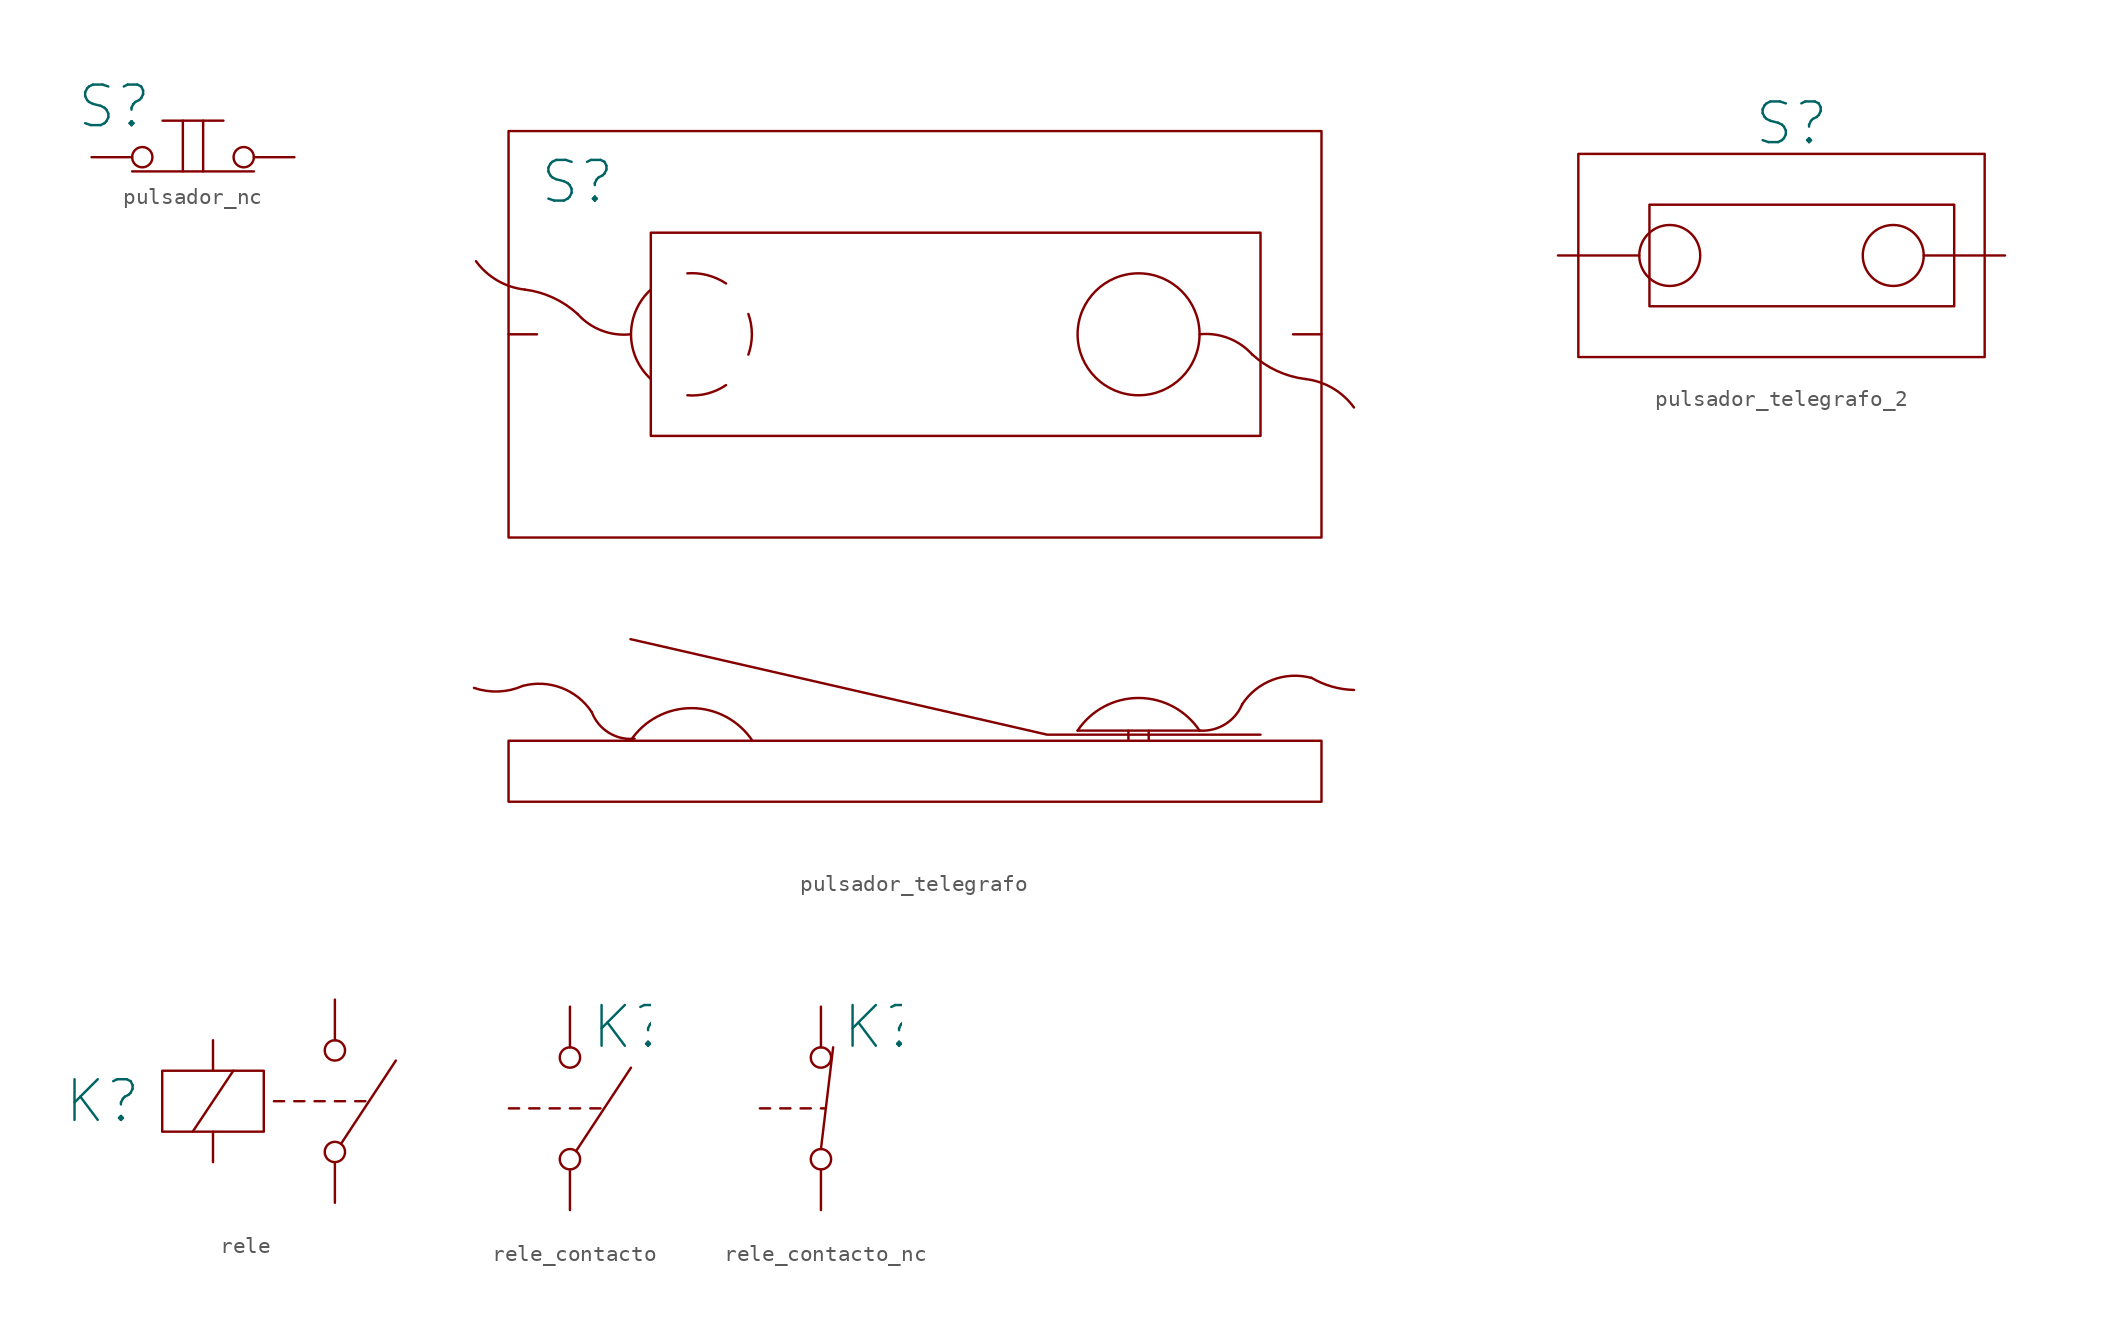
<source format=kicad_sym>
(kicad_symbol_lib
  (version 20231120)
  (generator "kicad_symbol_editor")
  (generator_version "8.0")
  (symbol "pulsador_nc"
    (pin_names
      (offset 1.016))
    (property "Reference" "S"
      (at 3.81 3.175 0)
      (effects (font (size 2.54 2.54)) (justify right)))
    (symbol "pulsador_nc_0_0"
      (polyline (pts (xy 2.54 -0.889) (xy 10.16 -0.889)) (stroke (width 0) (type default)) (fill (type none)))
      (polyline (pts (xy 4.445 2.286) (xy 8.255 2.286)) (stroke (width 0) (type default)) (fill (type none)))
      (polyline (pts (xy 5.715 -0.889) (xy 5.715 2.286)) (stroke (width 0) (type default)) (fill (type none)))
      (polyline (pts (xy 6.985 -0.889) (xy 6.985 2.286)) (stroke (width 0) (type default)) (fill (type none)))
      (circle (center 3.175 0) (radius 0.635) (stroke (width 0) (type default)) (fill (type none)))
      (circle (center 9.525 0) (radius 0.635) (stroke (width 0) (type default)) (fill (type none))))
    (symbol "pulsador_nc_1_1"
      (pin input line (at 0 0 0) (length 2.54) (name "" (effects (font (size 1.27 1.27)))) (number "" (effects (font (size 1.143 1.143)))))
      (pin input line (at 12.7 0 180) (length 2.54) (name "" (effects (font (size 1.27 1.27)))) (number "" (effects (font (size 1.143 1.143)))))))
  (symbol "pulsador_telegrafo"
    (pin_names
      (offset 1.016))
    (property "Reference" "S"
      (at 1.905 9.525 0)
      (effects (font (size 2.54 2.54)) (justify left)))
    (symbol "pulsador_telegrafo_0_1"
      (arc (start -2.159 -22.098) (mid -0.6222 -22.3214) (end 0.889 -21.971) (stroke (width 0) (type default)) (fill (type none)))
      (arc (start -2.032 4.572) (mid -0.6938 3.3613) (end 1.016 2.794) (stroke (width 0) (type default)) (fill (type none)))
      (rectangle (start 0 -25.4) (end 50.8 -29.21) (stroke (width 0) (type default)) (fill (type none)))
      (rectangle (start 0 -12.7) (end 50.8 12.7) (stroke (width 0) (type default)) (fill (type none)))
      (polyline (pts (xy 35.56 -24.765) (xy 43.18 -24.765)) (stroke (width 0) (type default)) (fill (type none)))
      (polyline (pts (xy 38.735 -24.765) (xy 38.735 -25.4)) (stroke (width 0) (type default)) (fill (type none)))
      (polyline (pts (xy 40.005 -24.765) (xy 40.005 -25.4)) (stroke (width 0) (type default)) (fill (type none)))
      (polyline (pts (xy 46.99 -25.019) (xy 33.655 -25.019) (xy 7.62 -19.05)) (stroke (width 0) (type default)) (fill (type none)))
      (arc (start 4.318 1.27) (mid 2.7858 2.2873) (end 1.016 2.794) (stroke (width 0) (type default)) (fill (type none)))
      (arc (start 4.318 1.27) (mid 5.8179 0.2354) (end 7.62 0) (stroke (width 0) (type default)) (fill (type none)))
      (arc (start 5.207 -23.622) (mid 3.3153 -22.0965) (end 0.889 -21.971) (stroke (width 0) (type default)) (fill (type none)))
      (arc (start 5.207 -23.622) (mid 6.2653 -24.8988) (end 7.874 -25.273) (stroke (width 0) (type default)) (fill (type none)))
      (arc (start 8.89 2.794) (mid 7.654 0) (end 8.89 -2.794) (stroke (width 0) (type default)) (fill (type none)))
      (rectangle (start 8.89 6.35) (end 46.99 -6.35) (stroke (width 0) (type default)) (fill (type none)))
      (arc (start 11.176 -3.81) (mid 12.4376 -3.6997) (end 13.589 -3.175) (stroke (width 0) (type default)) (fill (type none)))
      (arc (start 13.589 3.175) (mid 12.4359 3.6931) (end 11.176 3.81) (stroke (width 0) (type default)) (fill (type none)))
      (arc (start 14.986 -1.27) (mid 15.206 0) (end 14.986 1.27) (stroke (width 0) (type default)) (fill (type none)))
      (arc (start 15.24 -25.4) (mid 11.43 -23.3609) (end 7.62 -25.4) (stroke (width 0) (type default)) (fill (type none)))
      (circle (center 39.37 0) (radius 3.81) (stroke (width 0) (type default)) (fill (type none)))
      (arc (start 43.18 -24.765) (mid 39.37 -22.7259) (end 35.56 -24.765) (stroke (width 0) (type default)) (fill (type none)))
      (arc (start 43.18 -24.765) (mid 44.777 -24.3721) (end 45.847 -23.114) (stroke (width 0) (type default)) (fill (type none)))
      (arc (start 46.482 -1.27) (mid 44.9821 -0.2354) (end 43.18 0) (stroke (width 0) (type default)) (fill (type none)))
      (arc (start 46.482 -1.27) (mid 48.0142 -2.2873) (end 49.784 -2.794) (stroke (width 0) (type default)) (fill (type none)))
      (arc (start 50.165 -21.463) (mid 47.7394 -21.5904) (end 45.847 -23.114) (stroke (width 0) (type default)) (fill (type none)))
      (arc (start 50.165 -21.463) (mid 51.4494 -22.0148) (end 52.832 -22.225) (stroke (width 0) (type default)) (fill (type none)))
      (arc (start 52.832 -4.572) (mid 51.4938 -3.3613) (end 49.784 -2.794) (stroke (width 0) (type default)) (fill (type none))))
    (symbol "pulsador_telegrafo_1_1"
      (pin input line (at 0 0 0) (length 1.778) (name "" (effects (font (size 1.27 1.27)))) (number "" (effects (font (size 1.143 1.143)))))
      (pin input line (at 50.8 0 180) (length 1.778) (name "" (effects (font (size 1.27 1.27)))) (number "" (effects (font (size 1.143 1.143)))))))
  (symbol "pulsador_telegrafo_2"
    (pin_names
      (offset 1.016))
    (property "Reference" "S"
      (at 14.605 8.255 0)
      (effects (font (size 2.54 2.54))))
    (symbol "pulsador_telegrafo_2_0_1"
      (rectangle (start 1.27 6.35) (end 26.67 -6.35) (stroke (width 0) (type default)) (fill (type none)))
      (rectangle (start 5.715 3.175) (end 24.765 -3.175) (stroke (width 0) (type default)) (fill (type none)))
      (circle (center 6.985 0) (radius 1.905) (stroke (width 0) (type default)) (fill (type none)))
      (circle (center 20.955 0) (radius 1.905) (stroke (width 0) (type default)) (fill (type none))))
    (symbol "pulsador_telegrafo_2_1_1"
      (pin input line (at 0 0 0) (length 5.08) (name "" (effects (font (size 1.27 1.27)))) (number "" (effects (font (size 1.143 1.143)))))
      (pin input line (at 27.94 0 180) (length 5.08) (name "" (effects (font (size 1.27 1.27)))) (number "" (effects (font (size 1.143 1.143)))))))
  (symbol "rele"
    (pin_names
      (offset 1.016))
    (property "Reference" "K"
      (at -4.445 -3.81 0)
      (effects (font (size 2.54 2.54)) (justify right)))
    (symbol "rele_0_0"
      (rectangle (start -3.175 -1.905) (end 3.175 -5.715) (stroke (width 0) (type default)) (fill (type none)))
      (polyline (pts (xy 1.27 -1.905) (xy -1.27 -5.715)) (stroke (width 0) (type default)) (fill (type none)))
      (polyline (pts (xy 3.81 -3.81) (xy 4.445 -3.81)) (stroke (width 0) (type default)) (fill (type none)))
      (polyline (pts (xy 5.08 -3.81) (xy 5.715 -3.81)) (stroke (width 0) (type default)) (fill (type none)))
      (polyline (pts (xy 6.35 -3.81) (xy 6.985 -3.81)) (stroke (width 0) (type default)) (fill (type none)))
      (polyline (pts (xy 7.62 -3.81) (xy 8.255 -3.81)) (stroke (width 0) (type default)) (fill (type none)))
      (polyline (pts (xy 8.89 -3.81) (xy 9.525 -3.81)) (stroke (width 0) (type default)) (fill (type none))))
    (symbol "rele_1_0"
      (polyline (pts (xy 11.43 -1.27) (xy 8.001 -6.477)) (stroke (width 0) (type default)) (fill (type none)))
      (circle (center 7.62 -6.985) (radius 0.635) (stroke (width 0) (type default)) (fill (type none)))
      (circle (center 7.62 -0.635) (radius 0.635) (stroke (width 0) (type default)) (fill (type none))))
    (symbol "rele_1_1"
      (pin input line (at 0 -7.62 90) (length 1.905) (name "" (effects (font (size 1.27 1.27)))) (number "" (effects (font (size 1.143 1.143)))))
      (pin input line (at 0 0 270) (length 1.905) (name "" (effects (font (size 1.27 1.27)))) (number "" (effects (font (size 1.143 1.143)))))
      (pin input line (at 7.62 -10.16 90) (length 2.54) (name "" (effects (font (size 1.27 1.27)))) (number "" (effects (font (size 1.143 1.143)))))
      (pin input line (at 7.62 2.54 270) (length 2.54) (name "" (effects (font (size 1.27 1.27)))) (number "" (effects (font (size 1.143 1.143)))))))
  (symbol "rele_contacto"
    (pin_names
      (offset 1.016))
    (property "Reference" "K"
      (at 1.27 -1.27 0)
      (effects (font (size 2.54 2.54)) (justify left)))
    (symbol "rele_contacto_0_0"
      (polyline (pts (xy -3.81 -6.35) (xy -3.175 -6.35)) (stroke (width 0) (type default)) (fill (type none)))
      (polyline (pts (xy -2.54 -6.35) (xy -1.905 -6.35)) (stroke (width 0) (type default)) (fill (type none)))
      (polyline (pts (xy -1.27 -6.35) (xy -0.635 -6.35)) (stroke (width 0) (type default)) (fill (type none)))
      (polyline (pts (xy 0 -6.35) (xy 0.635 -6.35)) (stroke (width 0) (type default)) (fill (type none)))
      (polyline (pts (xy 1.27 -6.35) (xy 1.905 -6.35)) (stroke (width 0) (type default)) (fill (type none))))
    (symbol "rele_contacto_1_0"
      (circle (center 0 -9.525) (radius 0.635) (stroke (width 0) (type default)) (fill (type none)))
      (circle (center 0 -3.175) (radius 0.635) (stroke (width 0) (type default)) (fill (type none)))
      (polyline (pts (xy 3.81 -3.81) (xy 0.381 -9.017)) (stroke (width 0) (type default)) (fill (type none))))
    (symbol "rele_contacto_1_1"
      (pin input line (at 0 -12.7 90) (length 2.54) (name "" (effects (font (size 1.27 1.27)))) (number "" (effects (font (size 1.143 1.143)))))
      (pin input line (at 0 0 270) (length 2.54) (name "" (effects (font (size 1.27 1.27)))) (number "" (effects (font (size 1.143 1.143)))))))
  (symbol "rele_contacto_nc"
    (pin_names
      (offset 1.016))
    (property "Reference" "K"
      (at 1.27 -1.27 0)
      (effects (font (size 2.54 2.54)) (justify left)))
    (symbol "rele_contacto_nc_0_0"
      (polyline (pts (xy -3.81 -6.35) (xy -3.175 -6.35)) (stroke (width 0) (type default)) (fill (type none)))
      (polyline (pts (xy -2.54 -6.35) (xy -1.905 -6.35)) (stroke (width 0) (type default)) (fill (type none)))
      (polyline (pts (xy -1.27 -6.35) (xy -0.635 -6.35)) (stroke (width 0) (type default)) (fill (type none))))
    (symbol "rele_contacto_nc_0_1"
      (polyline (pts (xy 0 -8.89) (xy 0.762 -2.54)) (stroke (width 0) (type default)) (fill (type none)))
      (polyline (pts (xy 0 -6.35) (xy 0.254 -6.35)) (stroke (width 0) (type default)) (fill (type none))))
    (symbol "rele_contacto_nc_1_0"
      (circle (center 0 -9.525) (radius 0.635) (stroke (width 0) (type default)) (fill (type none)))
      (circle (center 0 -3.175) (radius 0.635) (stroke (width 0) (type default)) (fill (type none))))
    (symbol "rele_contacto_nc_1_1"
      (pin input line (at 0 -12.7 90) (length 2.54) (name "" (effects (font (size 1.27 1.27)))) (number "" (effects (font (size 1.143 1.143)))))
      (pin input line (at 0 0 270) (length 2.54) (name "" (effects (font (size 1.27 1.27)))) (number "" (effects (font (size 1.143 1.143))))))))
</source>
